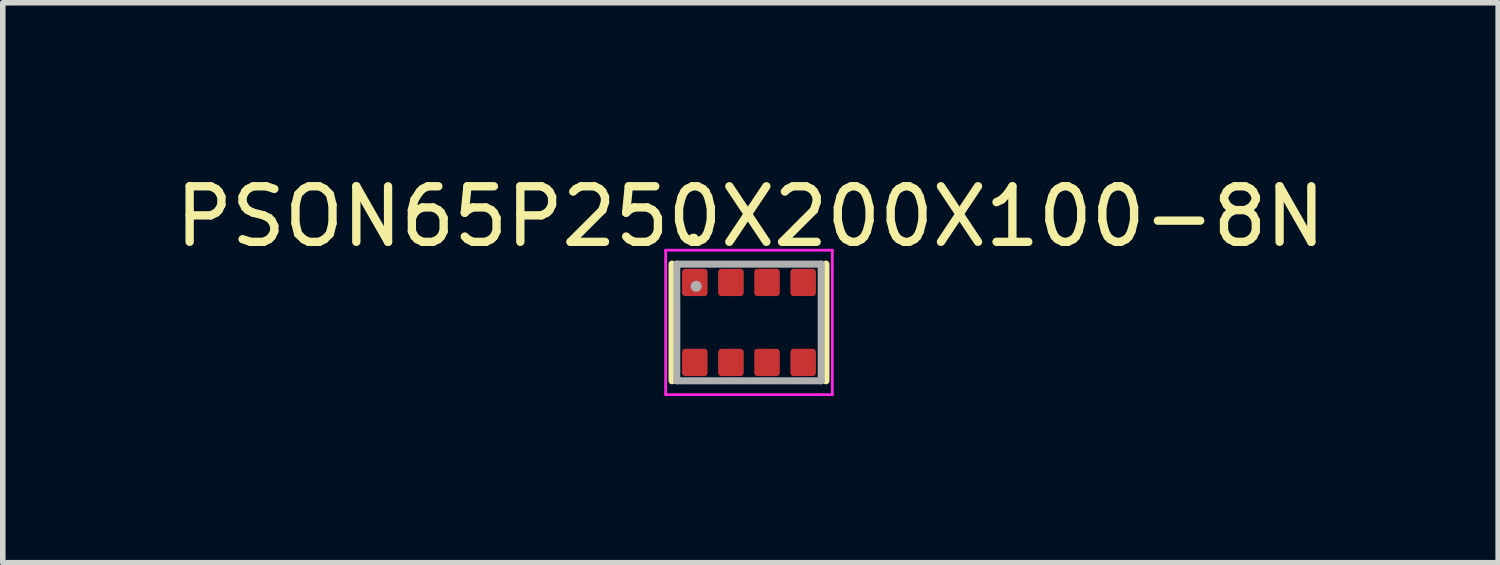
<source format=kicad_pcb>
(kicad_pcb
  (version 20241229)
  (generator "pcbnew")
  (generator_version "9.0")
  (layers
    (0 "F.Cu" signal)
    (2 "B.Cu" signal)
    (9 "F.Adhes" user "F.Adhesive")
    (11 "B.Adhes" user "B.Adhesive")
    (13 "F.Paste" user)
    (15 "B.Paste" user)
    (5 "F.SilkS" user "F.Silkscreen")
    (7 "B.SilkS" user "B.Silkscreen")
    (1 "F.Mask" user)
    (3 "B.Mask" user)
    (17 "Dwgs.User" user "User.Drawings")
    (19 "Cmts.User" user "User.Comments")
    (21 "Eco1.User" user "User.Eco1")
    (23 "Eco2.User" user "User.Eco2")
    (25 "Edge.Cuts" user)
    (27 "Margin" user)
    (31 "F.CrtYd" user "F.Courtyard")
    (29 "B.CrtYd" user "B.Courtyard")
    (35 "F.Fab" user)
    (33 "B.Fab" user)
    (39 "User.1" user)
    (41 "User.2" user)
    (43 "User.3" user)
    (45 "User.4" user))
  (footprint "PSON65P250X200X100-8N"
    (layer "F.Cu")
    (at 10.432 2.754)
    (property "Reference" "PSON65P250X200X100-8N" (at 0.027 -1.906 0) (layer "F.SilkS") (effects (font (size 1 1) (thickness 0.15))))
    (attr smd)
    (fp_line (start -1.385 1.05) (end -1.385 -1.05) (stroke (width 0.127) (type solid)) (layer "F.SilkS"))
    (fp_line (start 1.385 1.05) (end 1.385 -1.05) (stroke (width 0.127) (type solid)) (layer "F.SilkS"))
    (fp_circle (center -1 -1.5) (end -0.95 -1.5) (stroke (width 0.1) (type solid)) (fill no) (layer "F.SilkS"))
    (fp_line (start -1.5 -1.3) (end 1.5 -1.3) (stroke (width 0.05) (type solid)) (layer "F.CrtYd"))
    (fp_line (start -1.5 1.3) (end -1.5 -1.3) (stroke (width 0.05) (type solid)) (layer "F.CrtYd"))
    (fp_line (start 1.5 -1.3) (end 1.5 1.3) (stroke (width 0.05) (type solid)) (layer "F.CrtYd"))
    (fp_line (start 1.5 1.3) (end -1.5 1.3) (stroke (width 0.05) (type solid)) (layer "F.CrtYd"))
    (fp_line (start -1.3 -1.05) (end 1.3 -1.05) (stroke (width 0.127) (type solid)) (layer "F.Fab"))
    (fp_line (start -1.3 1.05) (end -1.3 -1.05) (stroke (width 0.127) (type solid)) (layer "F.Fab"))
    (fp_line (start 1.3 -1.05) (end 1.3 1.05) (stroke (width 0.127) (type solid)) (layer "F.Fab"))
    (fp_line (start 1.3 1.05) (end -1.3 1.05) (stroke (width 0.127) (type solid)) (layer "F.Fab"))
    (fp_circle (center -0.95 -0.65) (end -0.9 -0.65) (stroke (width 0.1) (type solid)) (fill no) (layer "F.Fab"))
    (pad "1" smd roundrect (at -0.975 -0.72) (size 0.46 0.49) (layers "F.Cu" "F.Mask" "F.Paste") (roundrect_rratio 0.125))
    (pad "2" smd roundrect (at -0.325 -0.72) (size 0.46 0.49) (layers "F.Cu" "F.Mask" "F.Paste") (roundrect_rratio 0.125))
    (pad "3" smd roundrect (at 0.325 -0.72) (size 0.46 0.49) (layers "F.Cu" "F.Mask" "F.Paste") (roundrect_rratio 0.125))
    (pad "4" smd roundrect (at 0.975 -0.72) (size 0.46 0.49) (layers "F.Cu" "F.Mask" "F.Paste") (roundrect_rratio 0.125))
    (pad "5" smd roundrect (at 0.975 0.72) (size 0.46 0.49) (layers "F.Cu" "F.Mask" "F.Paste") (roundrect_rratio 0.125))
    (pad "6" smd roundrect (at 0.325 0.72) (size 0.46 0.49) (layers "F.Cu" "F.Mask" "F.Paste") (roundrect_rratio 0.125))
    (pad "7" smd roundrect (at -0.325 0.72) (size 0.46 0.49) (layers "F.Cu" "F.Mask" "F.Paste") (roundrect_rratio 0.125))
    (pad "8" smd roundrect (at -0.975 0.72) (size 0.46 0.49) (layers "F.Cu" "F.Mask" "F.Paste") (roundrect_rratio 0.125)))
  (gr_rect
    (start -3 -3)
    (end 23.917 7.079)
    (stroke (width 0.1) (type default))
    (fill no)
    (layer "Edge.Cuts")))
</source>
